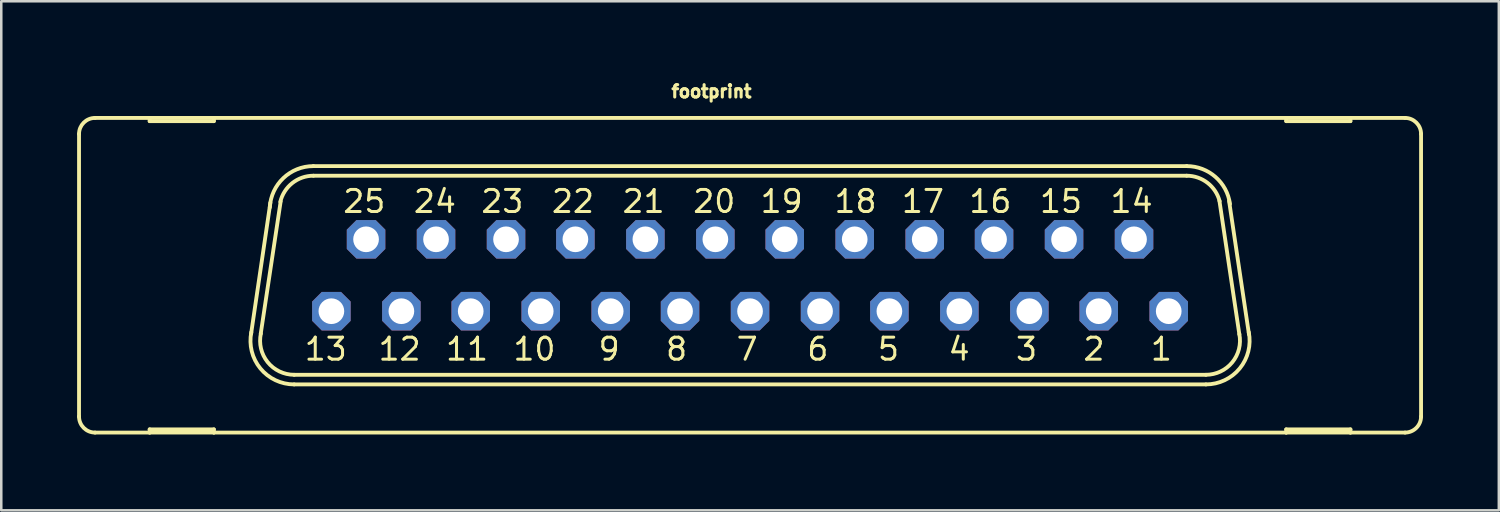
<source format=kicad_pcb>
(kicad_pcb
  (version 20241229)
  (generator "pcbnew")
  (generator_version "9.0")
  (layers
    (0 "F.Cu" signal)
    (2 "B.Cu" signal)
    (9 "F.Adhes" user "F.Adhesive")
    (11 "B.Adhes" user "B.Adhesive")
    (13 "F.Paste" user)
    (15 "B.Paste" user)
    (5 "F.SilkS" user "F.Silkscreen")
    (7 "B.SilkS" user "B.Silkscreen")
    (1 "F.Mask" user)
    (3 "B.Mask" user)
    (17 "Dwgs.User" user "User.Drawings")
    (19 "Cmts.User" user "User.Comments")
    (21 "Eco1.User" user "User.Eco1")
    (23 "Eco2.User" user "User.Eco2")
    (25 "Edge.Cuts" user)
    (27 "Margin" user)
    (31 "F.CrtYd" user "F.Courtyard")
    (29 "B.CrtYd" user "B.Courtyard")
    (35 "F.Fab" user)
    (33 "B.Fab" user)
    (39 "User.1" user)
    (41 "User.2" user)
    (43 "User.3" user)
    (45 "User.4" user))
  (footprint "footprint"
    (layer "F.Cu")
    (at 26.619 7.838)
    (property "Reference" "footprint" (at -3.175 -6.985 0) (layer "F.SilkS") (effects (font (size 0.488 0.488) (thickness 0.122)) (justify left bottom)))
    (fp_line (start -26.543 5.588) (end -26.543 -5.588) (stroke (width 0.152) (type solid)) (layer "F.SilkS"))
    (fp_line (start -25.908 6.223) (end -23.749 6.223) (stroke (width 0.152) (type solid)) (layer "F.SilkS"))
    (fp_line (start -23.749 -6.223) (end -25.908 -6.223) (stroke (width 0.152) (type solid)) (layer "F.SilkS"))
    (fp_line (start -23.749 -6.096) (end -23.749 -6.223) (stroke (width 0.152) (type solid)) (layer "F.SilkS"))
    (fp_line (start -23.749 6.096) (end -23.749 6.223) (stroke (width 0.152) (type solid)) (layer "F.SilkS"))
    (fp_line (start -23.749 6.223) (end -21.209 6.223) (stroke (width 0.152) (type solid)) (layer "F.SilkS"))
    (fp_line (start -21.209 -6.223) (end -23.749 -6.223) (stroke (width 0.152) (type solid)) (layer "F.SilkS"))
    (fp_line (start -21.209 -6.223) (end -21.209 -6.096) (stroke (width 0.152) (type solid)) (layer "F.SilkS"))
    (fp_line (start -21.209 -6.096) (end -23.749 -6.096) (stroke (width 0.152) (type solid)) (layer "F.SilkS"))
    (fp_line (start -21.209 6.096) (end -23.749 6.096) (stroke (width 0.152) (type solid)) (layer "F.SilkS"))
    (fp_line (start -21.209 6.223) (end -21.209 6.096) (stroke (width 0.152) (type solid)) (layer "F.SilkS"))
    (fp_line (start -21.209 6.223) (end 21.209 6.223) (stroke (width 0.152) (type solid)) (layer "F.SilkS"))
    (fp_line (start -19.736 2.311) (end -18.974 -2.87) (stroke (width 0.152) (type solid)) (layer "F.SilkS"))
    (fp_line (start -19.355 2.311) (end -18.567 -2.921) (stroke (width 0.152) (type solid)) (layer "F.SilkS"))
    (fp_line (start 17.272 -4.318) (end -17.272 -4.318) (stroke (width 0.152) (type solid)) (layer "F.SilkS"))
    (fp_line (start 17.272 -3.937) (end -17.272 -3.937) (stroke (width 0.152) (type solid)) (layer "F.SilkS"))
    (fp_line (start 18.034 3.937) (end -18.034 3.937) (stroke (width 0.152) (type solid)) (layer "F.SilkS"))
    (fp_line (start 18.034 4.318) (end -18.034 4.318) (stroke (width 0.152) (type solid)) (layer "F.SilkS"))
    (fp_line (start 18.567 -2.946) (end 19.355 2.337) (stroke (width 0.152) (type solid)) (layer "F.SilkS"))
    (fp_line (start 18.948 -2.946) (end 19.736 2.337) (stroke (width 0.152) (type solid)) (layer "F.SilkS"))
    (fp_line (start 21.209 -6.223) (end -21.209 -6.223) (stroke (width 0.152) (type solid)) (layer "F.SilkS"))
    (fp_line (start 21.209 -6.096) (end 21.209 -6.223) (stroke (width 0.152) (type solid)) (layer "F.SilkS"))
    (fp_line (start 21.209 6.096) (end 21.209 6.223) (stroke (width 0.152) (type solid)) (layer "F.SilkS"))
    (fp_line (start 21.209 6.223) (end 23.749 6.223) (stroke (width 0.152) (type solid)) (layer "F.SilkS"))
    (fp_line (start 23.749 -6.223) (end 21.209 -6.223) (stroke (width 0.152) (type solid)) (layer "F.SilkS"))
    (fp_line (start 23.749 -6.223) (end 23.749 -6.096) (stroke (width 0.152) (type solid)) (layer "F.SilkS"))
    (fp_line (start 23.749 -6.096) (end 21.209 -6.096) (stroke (width 0.152) (type solid)) (layer "F.SilkS"))
    (fp_line (start 23.749 6.096) (end 21.209 6.096) (stroke (width 0.152) (type solid)) (layer "F.SilkS"))
    (fp_line (start 23.749 6.223) (end 23.749 6.096) (stroke (width 0.152) (type solid)) (layer "F.SilkS"))
    (fp_line (start 23.749 6.223) (end 25.908 6.223) (stroke (width 0.152) (type solid)) (layer "F.SilkS"))
    (fp_line (start 25.908 -6.223) (end 23.749 -6.223) (stroke (width 0.152) (type solid)) (layer "F.SilkS"))
    (fp_line (start 26.543 5.588) (end 26.543 -5.588) (stroke (width 0.152) (type solid)) (layer "F.SilkS"))
    (fp_arc (start -26.543 -5.588) (mid -26.357013 -6.037013) (end -25.908 -6.223) (stroke (width 0.1524) (type solid)) (layer "F.SilkS"))
    (fp_arc (start -25.908 6.223) (mid -26.357013 6.037013) (end -26.543 5.588) (stroke (width 0.1524) (type solid)) (layer "F.SilkS"))
    (fp_arc (start -18.9963 -2.6849) (mid -18.459366 -3.844828) (end -17.272 -4.318) (stroke (width 0.1524) (type solid)) (layer "F.SilkS"))
    (fp_arc (start -18.5807 -2.905) (mid -18.105255 -3.647874) (end -17.271999 -3.936999) (stroke (width 0.1524) (type solid)) (layer "F.SilkS"))
    (fp_arc (start -18.033998 3.937) (mid -19.082555 3.435185) (end -19.3495 2.3038) (stroke (width 0.1524) (type solid)) (layer "F.SilkS"))
    (fp_arc (start -18.033998 4.318) (mid -19.369811 3.685868) (end -19.728 2.2521) (stroke (width 0.1524) (type solid)) (layer "F.SilkS"))
    (fp_arc (start 17.272 -4.318) (mid 18.409711 -3.890311) (end 18.983999 -2.819099) (stroke (width 0.1524) (type solid)) (layer "F.SilkS"))
    (fp_arc (start 17.272 -3.937) (mid 18.0955 -3.655745) (end 18.5749 -2.9295) (stroke (width 0.1524) (type solid)) (layer "F.SilkS"))
    (fp_arc (start 19.3541 2.3268) (mid 19.075082 3.444284) (end 18.034 3.937) (stroke (width 0.1524) (type solid)) (layer "F.SilkS"))
    (fp_arc (start 19.727699 2.252098) (mid 19.369717 3.68584) (end 18.034 4.318) (stroke (width 0.1524) (type solid)) (layer "F.SilkS"))
    (fp_arc (start 25.908 -6.223) (mid 26.357013 -6.037013) (end 26.543 -5.588) (stroke (width 0.1524) (type solid)) (layer "F.SilkS"))
    (fp_arc (start 26.543 5.588) (mid 26.357013 6.037013) (end 25.908 6.223) (stroke (width 0.1524) (type solid)) (layer "F.SilkS"))
    (fp_circle (center -16.561 1.422) (end -16.307 1.422) (stroke (width 0.406) (type solid)) (fill no) (layer "F.Fab"))
    (fp_circle (center -15.189 -1.422) (end -14.935 -1.422) (stroke (width 0.406) (type solid)) (fill no) (layer "F.Fab"))
    (fp_circle (center -13.792 1.422) (end -13.538 1.422) (stroke (width 0.406) (type solid)) (fill no) (layer "F.Fab"))
    (fp_circle (center -12.421 -1.422) (end -12.167 -1.422) (stroke (width 0.406) (type solid)) (fill no) (layer "F.Fab"))
    (fp_circle (center -11.049 1.422) (end -10.795 1.422) (stroke (width 0.406) (type solid)) (fill no) (layer "F.Fab"))
    (fp_circle (center -9.652 -1.422) (end -9.398 -1.422) (stroke (width 0.406) (type solid)) (fill no) (layer "F.Fab"))
    (fp_circle (center -8.28 1.422) (end -8.026 1.422) (stroke (width 0.406) (type solid)) (fill no) (layer "F.Fab"))
    (fp_circle (center -6.909 -1.422) (end -6.655 -1.422) (stroke (width 0.406) (type solid)) (fill no) (layer "F.Fab"))
    (fp_circle (center -5.512 1.422) (end -5.258 1.422) (stroke (width 0.406) (type solid)) (fill no) (layer "F.Fab"))
    (fp_circle (center -4.14 -1.422) (end -3.886 -1.422) (stroke (width 0.406) (type solid)) (fill no) (layer "F.Fab"))
    (fp_circle (center -2.769 1.422) (end -2.515 1.422) (stroke (width 0.406) (type solid)) (fill no) (layer "F.Fab"))
    (fp_circle (center -1.372 -1.422) (end -1.118 -1.422) (stroke (width 0.406) (type solid)) (fill no) (layer "F.Fab"))
    (fp_circle (center 0 1.422) (end 0.254 1.422) (stroke (width 0.406) (type solid)) (fill no) (layer "F.Fab"))
    (fp_circle (center 1.372 -1.422) (end 1.626 -1.422) (stroke (width 0.406) (type solid)) (fill no) (layer "F.Fab"))
    (fp_circle (center 2.769 1.422) (end 3.023 1.422) (stroke (width 0.406) (type solid)) (fill no) (layer "F.Fab"))
    (fp_circle (center 4.14 -1.422) (end 4.394 -1.422) (stroke (width 0.406) (type solid)) (fill no) (layer "F.Fab"))
    (fp_circle (center 5.512 1.422) (end 5.766 1.422) (stroke (width 0.406) (type solid)) (fill no) (layer "F.Fab"))
    (fp_circle (center 6.909 -1.422) (end 7.163 -1.422) (stroke (width 0.406) (type solid)) (fill no) (layer "F.Fab"))
    (fp_circle (center 8.28 1.422) (end 8.534 1.422) (stroke (width 0.406) (type solid)) (fill no) (layer "F.Fab"))
    (fp_circle (center 9.652 -1.422) (end 9.906 -1.422) (stroke (width 0.406) (type solid)) (fill no) (layer "F.Fab"))
    (fp_circle (center 11.049 1.422) (end 11.303 1.422) (stroke (width 0.406) (type solid)) (fill no) (layer "F.Fab"))
    (fp_circle (center 12.421 -1.422) (end 12.675 -1.422) (stroke (width 0.406) (type solid)) (fill no) (layer "F.Fab"))
    (fp_circle (center 13.792 1.422) (end 14.046 1.422) (stroke (width 0.406) (type solid)) (fill no) (layer "F.Fab"))
    (fp_circle (center 15.189 -1.422) (end 15.443 -1.422) (stroke (width 0.406) (type solid)) (fill no) (layer "F.Fab"))
    (fp_circle (center 16.561 1.422) (end 16.815 1.422) (stroke (width 0.406) (type solid)) (fill no) (layer "F.Fab"))
    (fp_text user "20" (at -0.508 -3.429 0) (layer "F.SilkS") (effects (font (size 0.872 0.872) (thickness 0.119)) (justify right top)))
    (fp_text user "17" (at 7.747 -3.429 0) (layer "F.SilkS") (effects (font (size 0.872 0.872) (thickness 0.119)) (justify right top)))
    (fp_text user "2" (at 14.097 2.413 0) (layer "F.SilkS") (effects (font (size 0.872 0.872) (thickness 0.119)) (justify right top)))
    (fp_text user "19" (at 2.159 -3.429 0) (layer "F.SilkS") (effects (font (size 0.872 0.872) (thickness 0.119)) (justify right top)))
    (fp_text user "6" (at 3.175 2.413 0) (layer "F.SilkS") (effects (font (size 0.872 0.872) (thickness 0.119)) (justify right top)))
    (fp_text user "5" (at 5.969 2.413 0) (layer "F.SilkS") (effects (font (size 0.872 0.872) (thickness 0.119)) (justify right top)))
    (fp_text user "8" (at -2.413 2.413 0) (layer "F.SilkS") (effects (font (size 0.872 0.872) (thickness 0.119)) (justify right top)))
    (fp_text user "24" (at -11.557 -3.429 0) (layer "F.SilkS") (effects (font (size 0.872 0.872) (thickness 0.119)) (justify right top)))
    (fp_text user "22" (at -6.096 -3.429 0) (layer "F.SilkS") (effects (font (size 0.872 0.872) (thickness 0.119)) (justify right top)))
    (fp_text user "14" (at 16.002 -3.429 0) (layer "F.SilkS") (effects (font (size 0.872 0.872) (thickness 0.119)) (justify right top)))
    (fp_text user "9" (at -5.08 2.413 0) (layer "F.SilkS") (effects (font (size 0.872 0.872) (thickness 0.119)) (justify right top)))
    (fp_text user "12" (at -12.954 2.413 0) (layer "F.SilkS") (effects (font (size 0.872 0.872) (thickness 0.119)) (justify right top)))
    (fp_text user "3" (at 11.43 2.413 0) (layer "F.SilkS") (effects (font (size 0.872 0.872) (thickness 0.119)) (justify right top)))
    (fp_text user "23" (at -8.89 -3.429 0) (layer "F.SilkS") (effects (font (size 0.872 0.872) (thickness 0.119)) (justify right top)))
    (fp_text user "16" (at 10.414 -3.429 0) (layer "F.SilkS") (effects (font (size 0.872 0.872) (thickness 0.119)) (justify right top)))
    (fp_text user "13" (at -15.875 2.413 0) (layer "F.SilkS") (effects (font (size 0.872 0.872) (thickness 0.119)) (justify right top)))
    (fp_text user "4" (at 8.763 2.413 0) (layer "F.SilkS") (effects (font (size 0.872 0.872) (thickness 0.119)) (justify right top)))
    (fp_text user "15" (at 13.208 -3.429 0) (layer "F.SilkS") (effects (font (size 0.872 0.872) (thickness 0.119)) (justify right top)))
    (fp_text user "1" (at 16.764 2.413 0) (layer "F.SilkS") (effects (font (size 0.872 0.872) (thickness 0.119)) (justify right top)))
    (fp_text user "11" (at -10.287 2.413 0) (layer "F.SilkS") (effects (font (size 0.872 0.872) (thickness 0.119)) (justify right top)))
    (fp_text user "10" (at -7.62 2.413 0) (layer "F.SilkS") (effects (font (size 0.872 0.872) (thickness 0.119)) (justify right top)))
    (fp_text user "21" (at -3.302 -3.429 0) (layer "F.SilkS") (effects (font (size 0.872 0.872) (thickness 0.119)) (justify right top)))
    (fp_text user "25" (at -14.351 -3.429 0) (layer "F.SilkS") (effects (font (size 0.872 0.872) (thickness 0.119)) (justify right top)))
    (fp_text user "7" (at 0.381 2.413 0) (layer "F.SilkS") (effects (font (size 0.872 0.872) (thickness 0.119)) (justify right top)))
    (fp_text user "18" (at 5.08 -3.429 0) (layer "F.SilkS") (effects (font (size 0.872 0.872) (thickness 0.119)) (justify right top)))
    (pad "1" thru_hole roundrect (at 16.561 1.422) (size 1.524 1.524) (drill 1.016) (layers "*.Cu" "*.Mask") (roundrect_rratio 0.25) (chamfer_ratio 0.25) (chamfer top_left top_right bottom_left bottom_right))
    (pad "2" thru_hole roundrect (at 13.792 1.422) (size 1.524 1.524) (drill 1.016) (layers "*.Cu" "*.Mask") (roundrect_rratio 0.25) (chamfer_ratio 0.25) (chamfer top_left top_right bottom_left bottom_right))
    (pad "3" thru_hole roundrect (at 11.049 1.422) (size 1.524 1.524) (drill 1.016) (layers "*.Cu" "*.Mask") (roundrect_rratio 0.25) (chamfer_ratio 0.25) (chamfer top_left top_right bottom_left bottom_right))
    (pad "4" thru_hole roundrect (at 8.28 1.422) (size 1.524 1.524) (drill 1.016) (layers "*.Cu" "*.Mask") (roundrect_rratio 0.25) (chamfer_ratio 0.25) (chamfer top_left top_right bottom_left bottom_right))
    (pad "5" thru_hole roundrect (at 5.512 1.422) (size 1.524 1.524) (drill 1.016) (layers "*.Cu" "*.Mask") (roundrect_rratio 0.25) (chamfer_ratio 0.25) (chamfer top_left top_right bottom_left bottom_right))
    (pad "6" thru_hole roundrect (at 2.769 1.422) (size 1.524 1.524) (drill 1.016) (layers "*.Cu" "*.Mask") (roundrect_rratio 0.25) (chamfer_ratio 0.25) (chamfer top_left top_right bottom_left bottom_right))
    (pad "7" thru_hole roundrect (at 0 1.422) (size 1.524 1.524) (drill 1.016) (layers "*.Cu" "*.Mask") (roundrect_rratio 0.25) (chamfer_ratio 0.25) (chamfer top_left top_right bottom_left bottom_right))
    (pad "8" thru_hole roundrect (at -2.769 1.422) (size 1.524 1.524) (drill 1.016) (layers "*.Cu" "*.Mask") (roundrect_rratio 0.25) (chamfer_ratio 0.25) (chamfer top_left top_right bottom_left bottom_right))
    (pad "9" thru_hole roundrect (at -5.512 1.422) (size 1.524 1.524) (drill 1.016) (layers "*.Cu" "*.Mask") (roundrect_rratio 0.25) (chamfer_ratio 0.25) (chamfer top_left top_right bottom_left bottom_right))
    (pad "10" thru_hole roundrect (at -8.28 1.422) (size 1.524 1.524) (drill 1.016) (layers "*.Cu" "*.Mask") (roundrect_rratio 0.25) (chamfer_ratio 0.25) (chamfer top_left top_right bottom_left bottom_right))
    (pad "11" thru_hole roundrect (at -11.049 1.422) (size 1.524 1.524) (drill 1.016) (layers "*.Cu" "*.Mask") (roundrect_rratio 0.25) (chamfer_ratio 0.25) (chamfer top_left top_right bottom_left bottom_right))
    (pad "12" thru_hole roundrect (at -13.792 1.422) (size 1.524 1.524) (drill 1.016) (layers "*.Cu" "*.Mask") (roundrect_rratio 0.25) (chamfer_ratio 0.25) (chamfer top_left top_right bottom_left bottom_right))
    (pad "13" thru_hole roundrect (at -16.561 1.422) (size 1.524 1.524) (drill 1.016) (layers "*.Cu" "*.Mask") (roundrect_rratio 0.25) (chamfer_ratio 0.25) (chamfer top_left top_right bottom_left bottom_right))
    (pad "14" thru_hole roundrect (at 15.189 -1.422) (size 1.524 1.524) (drill 1.016) (layers "*.Cu" "*.Mask") (roundrect_rratio 0.25) (chamfer_ratio 0.25) (chamfer top_left top_right bottom_left bottom_right))
    (pad "15" thru_hole roundrect (at 12.421 -1.422) (size 1.524 1.524) (drill 1.016) (layers "*.Cu" "*.Mask") (roundrect_rratio 0.25) (chamfer_ratio 0.25) (chamfer top_left top_right bottom_left bottom_right))
    (pad "16" thru_hole roundrect (at 9.652 -1.422) (size 1.524 1.524) (drill 1.016) (layers "*.Cu" "*.Mask") (roundrect_rratio 0.25) (chamfer_ratio 0.25) (chamfer top_left top_right bottom_left bottom_right))
    (pad "17" thru_hole roundrect (at 6.909 -1.422) (size 1.524 1.524) (drill 1.016) (layers "*.Cu" "*.Mask") (roundrect_rratio 0.25) (chamfer_ratio 0.25) (chamfer top_left top_right bottom_left bottom_right))
    (pad "18" thru_hole roundrect (at 4.14 -1.422) (size 1.524 1.524) (drill 1.016) (layers "*.Cu" "*.Mask") (roundrect_rratio 0.25) (chamfer_ratio 0.25) (chamfer top_left top_right bottom_left bottom_right))
    (pad "19" thru_hole roundrect (at 1.372 -1.422) (size 1.524 1.524) (drill 1.016) (layers "*.Cu" "*.Mask") (roundrect_rratio 0.25) (chamfer_ratio 0.25) (chamfer top_left top_right bottom_left bottom_right))
    (pad "20" thru_hole roundrect (at -1.372 -1.422) (size 1.524 1.524) (drill 1.016) (layers "*.Cu" "*.Mask") (roundrect_rratio 0.25) (chamfer_ratio 0.25) (chamfer top_left top_right bottom_left bottom_right))
    (pad "21" thru_hole roundrect (at -4.14 -1.422) (size 1.524 1.524) (drill 1.016) (layers "*.Cu" "*.Mask") (roundrect_rratio 0.25) (chamfer_ratio 0.25) (chamfer top_left top_right bottom_left bottom_right))
    (pad "22" thru_hole roundrect (at -6.909 -1.422) (size 1.524 1.524) (drill 1.016) (layers "*.Cu" "*.Mask") (roundrect_rratio 0.25) (chamfer_ratio 0.25) (chamfer top_left top_right bottom_left bottom_right))
    (pad "23" thru_hole roundrect (at -9.652 -1.422) (size 1.524 1.524) (drill 1.016) (layers "*.Cu" "*.Mask") (roundrect_rratio 0.25) (chamfer_ratio 0.25) (chamfer top_left top_right bottom_left bottom_right))
    (pad "24" thru_hole roundrect (at -12.421 -1.422) (size 1.524 1.524) (drill 1.016) (layers "*.Cu" "*.Mask") (roundrect_rratio 0.25) (chamfer_ratio 0.25) (chamfer top_left top_right bottom_left bottom_right))
    (pad "25" thru_hole roundrect (at -15.189 -1.422) (size 1.524 1.524) (drill 1.016) (layers "*.Cu" "*.Mask") (roundrect_rratio 0.25) (chamfer_ratio 0.25) (chamfer top_left top_right bottom_left bottom_right)))
  (gr_rect
    (start -3 -3)
    (end 56.238 17.138)
    (stroke (width 0.1) (type default))
    (fill no)
    (layer "Edge.Cuts")))
</source>
